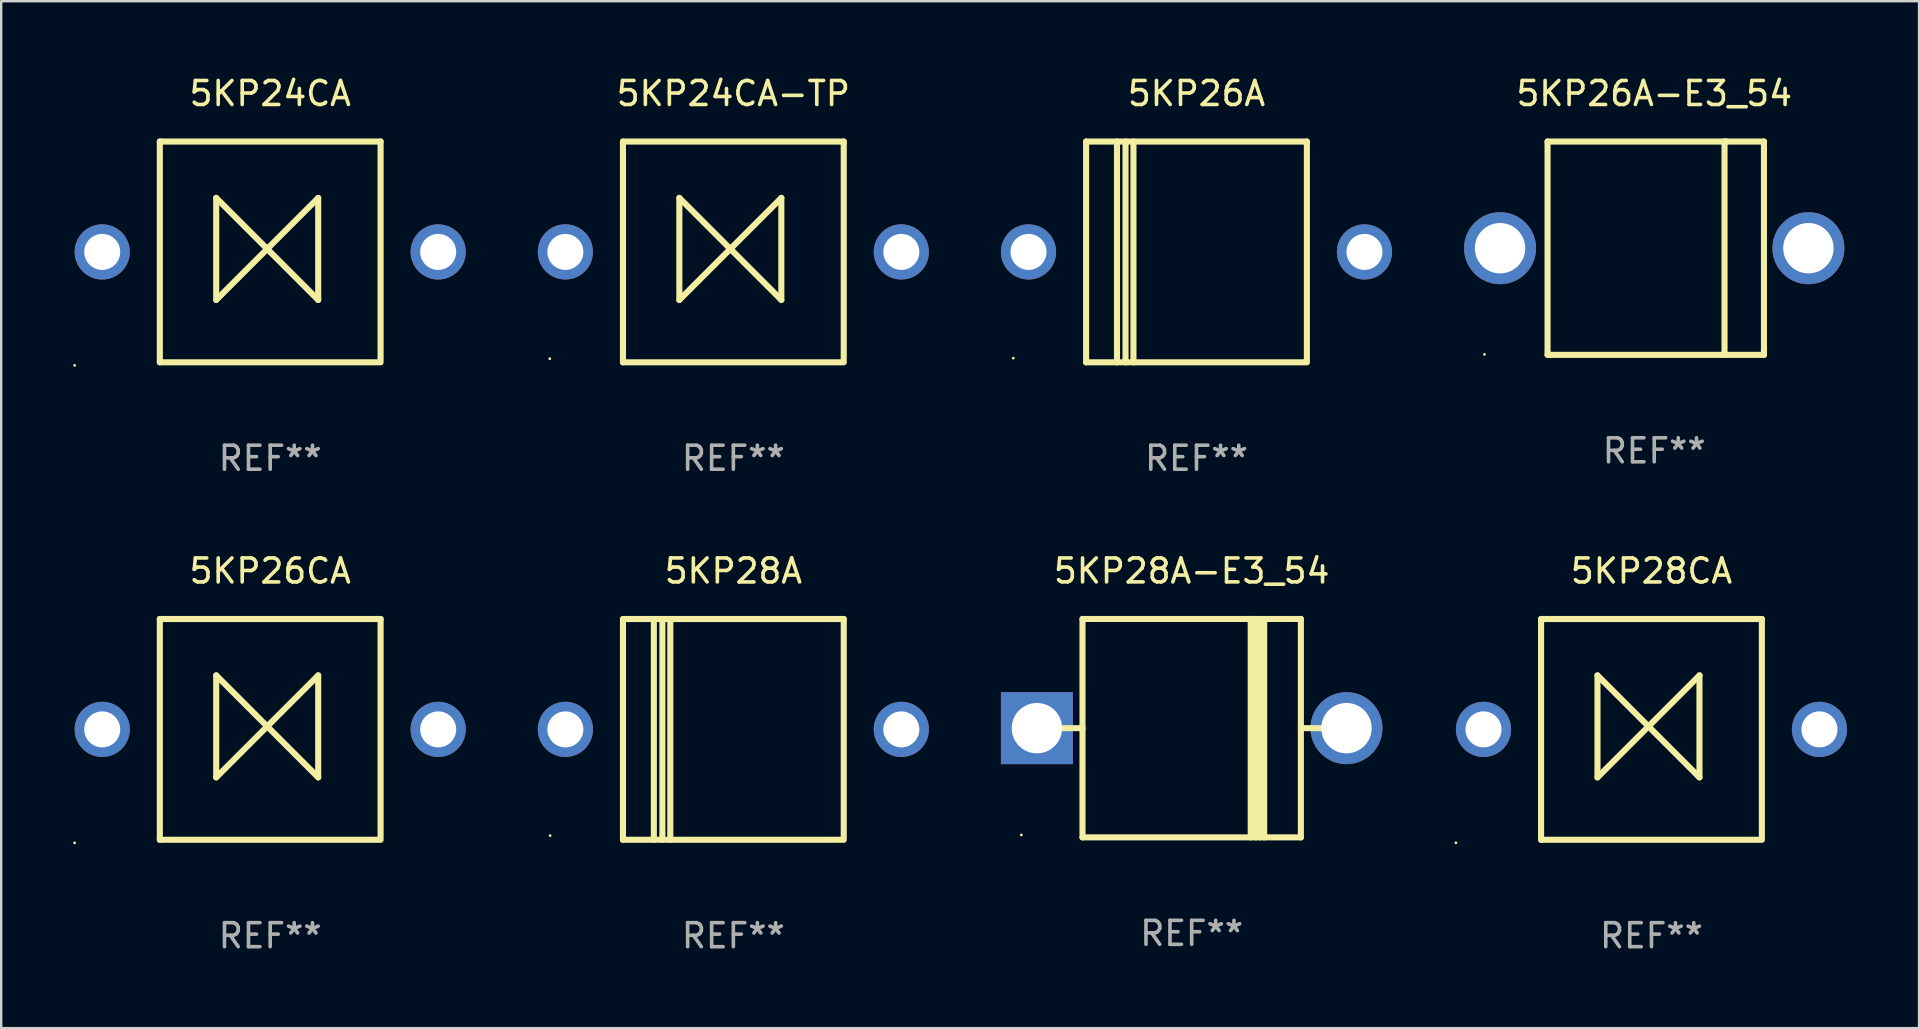
<source format=kicad_pcb>
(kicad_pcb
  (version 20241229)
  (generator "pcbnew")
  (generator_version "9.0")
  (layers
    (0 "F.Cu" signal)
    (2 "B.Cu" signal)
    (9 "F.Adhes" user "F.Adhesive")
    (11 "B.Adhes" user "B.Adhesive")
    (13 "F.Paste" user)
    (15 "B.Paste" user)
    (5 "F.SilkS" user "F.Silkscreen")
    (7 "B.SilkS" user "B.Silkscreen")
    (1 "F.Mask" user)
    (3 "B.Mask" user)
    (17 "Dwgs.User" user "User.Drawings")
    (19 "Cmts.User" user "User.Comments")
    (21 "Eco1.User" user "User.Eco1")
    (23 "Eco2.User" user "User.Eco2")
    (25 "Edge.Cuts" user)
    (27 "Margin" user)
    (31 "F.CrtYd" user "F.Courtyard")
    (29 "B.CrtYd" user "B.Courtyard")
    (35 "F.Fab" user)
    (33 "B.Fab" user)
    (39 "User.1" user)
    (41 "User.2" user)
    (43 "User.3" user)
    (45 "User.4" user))
  (footprint "5KP28A"
    (layer "F.Cu")
    (at 27.51 27.345)
    (property "Reference" "5KP28A" (at 0 -6.6 0) (layer "F.SilkS") (effects (font (size 1 1) (thickness 0.15))))
    (attr through_hole)
    (fp_line (start -4.6 -4.6) (end -4.6 4.6) (stroke (width 0.254) (type solid)) (layer "F.SilkS"))
    (fp_line (start -4.6 -4.6) (end 4.6 -4.6) (stroke (width 0.254) (type solid)) (layer "F.SilkS"))
    (fp_line (start -4.6 4.6) (end 4.6 4.6) (stroke (width 0.254) (type solid)) (layer "F.SilkS"))
    (fp_line (start -3.313 -4.6) (end -3.313 4.6) (stroke (width 0.254) (type solid)) (layer "F.SilkS"))
    (fp_line (start -2.957 -4.6) (end -2.957 4.6) (stroke (width 0.254) (type solid)) (layer "F.SilkS"))
    (fp_line (start -2.627 -4.6) (end -2.627 4.6) (stroke (width 0.254) (type solid)) (layer "F.SilkS"))
    (fp_line (start 4.6 -4.6) (end 4.6 4.5) (stroke (width 0.254) (type solid)) (layer "F.SilkS"))
    (fp_circle (center -7.635 4.425) (end -7.605 4.425) (stroke (width 0.06) (type solid)) (fill no) (layer "F.SilkS"))
    (fp_text user "REF**" (at 0 8.6 0) (layer "F.Fab") (effects (font (size 1 1) (thickness 0.15))))
    (pad "1" thru_hole circle (at -7 0) (size 2.3 2.3) (drill 1.5) (layers "*.Cu" "*.Mask"))
    (pad "2" thru_hole circle (at 7 0) (size 2.3 2.3) (drill 1.5) (layers "*.Cu" "*.Mask")))
  (footprint "5KP26A"
    (layer "F.Cu")
    (at 46.81 7.448)
    (property "Reference" "5KP26A" (at 0 -6.6 0) (layer "F.SilkS") (effects (font (size 1 1) (thickness 0.15))))
    (attr through_hole)
    (fp_line (start -4.6 -4.6) (end -4.6 4.6) (stroke (width 0.254) (type solid)) (layer "F.SilkS"))
    (fp_line (start -4.6 -4.6) (end 4.6 -4.6) (stroke (width 0.254) (type solid)) (layer "F.SilkS"))
    (fp_line (start -4.6 4.6) (end 4.6 4.6) (stroke (width 0.254) (type solid)) (layer "F.SilkS"))
    (fp_line (start -3.313 -4.6) (end -3.313 4.6) (stroke (width 0.254) (type solid)) (layer "F.SilkS"))
    (fp_line (start -2.957 -4.6) (end -2.957 4.6) (stroke (width 0.254) (type solid)) (layer "F.SilkS"))
    (fp_line (start -2.627 -4.6) (end -2.627 4.6) (stroke (width 0.254) (type solid)) (layer "F.SilkS"))
    (fp_line (start 4.6 -4.6) (end 4.6 4.5) (stroke (width 0.254) (type solid)) (layer "F.SilkS"))
    (fp_circle (center -7.635 4.425) (end -7.605 4.425) (stroke (width 0.06) (type solid)) (fill no) (layer "F.SilkS"))
    (fp_text user "REF**" (at 0 8.6 0) (layer "F.Fab") (effects (font (size 1 1) (thickness 0.15))))
    (pad "1" thru_hole circle (at -7 0) (size 2.3 2.3) (drill 1.5) (layers "*.Cu" "*.Mask"))
    (pad "2" thru_hole circle (at 7 0) (size 2.3 2.3) (drill 1.5) (layers "*.Cu" "*.Mask")))
  (footprint "5KP28CA"
    (layer "F.Cu")
    (at 65.77 27.345)
    (property "Reference" "5KP28CA" (at 0 -6.6 0) (layer "F.SilkS") (effects (font (size 1 1) (thickness 0.15))))
    (attr through_hole)
    (fp_line (start -4.6 -4.6) (end -4.6 4.6) (stroke (width 0.254) (type solid)) (layer "F.SilkS"))
    (fp_line (start -4.6 -4.6) (end 4.6 -4.6) (stroke (width 0.254) (type solid)) (layer "F.SilkS"))
    (fp_line (start -4.6 4.6) (end 4.6 4.6) (stroke (width 0.254) (type solid)) (layer "F.SilkS"))
    (fp_line (start -2.25 -2.25) (end -2.25 2) (stroke (width 0.254) (type solid)) (layer "F.SilkS"))
    (fp_line (start -2.25 2) (end 2 -2.25) (stroke (width 0.254) (type solid)) (layer "F.SilkS"))
    (fp_line (start 2 -2.25) (end 2 2) (stroke (width 0.254) (type solid)) (layer "F.SilkS"))
    (fp_line (start 2 2) (end -2.25 -2.25) (stroke (width 0.254) (type solid)) (layer "F.SilkS"))
    (fp_line (start 4.6 -4.6) (end 4.6 4.5) (stroke (width 0.254) (type solid)) (layer "F.SilkS"))
    (fp_circle (center -8.15 4.727) (end -8.12 4.727) (stroke (width 0.06) (type solid)) (fill no) (layer "F.SilkS"))
    (fp_text user "REF**" (at 0 8.6 0) (layer "F.Fab") (effects (font (size 1 1) (thickness 0.15))))
    (pad "1" thru_hole circle (at -7 0) (size 2.3 2.3) (drill 1.5) (layers "*.Cu" "*.Mask"))
    (pad "2" thru_hole circle (at 7 0) (size 2.3 2.3) (drill 1.5) (layers "*.Cu" "*.Mask")))
  (footprint "5KP28A-E3_54"
    (layer "F.Cu")
    (at 46.61 27.295)
    (property "Reference" "5KP28A-E3_54" (at 0 -6.551 0) (layer "F.SilkS") (effects (font (size 1 1) (thickness 0.15))))
    (attr through_hole)
    (fp_line (start -5.6 -0.001) (end -4.55 -0.001) (stroke (width 0.254) (type solid)) (layer "F.SilkS"))
    (fp_line (start -4.55 -4.551) (end -4.55 4.55) (stroke (width 0.254) (type solid)) (layer "F.SilkS"))
    (fp_line (start -4.55 -4.551) (end 4.55 -4.551) (stroke (width 0.254) (type solid)) (layer "F.SilkS"))
    (fp_line (start 2.46 4.55) (end 2.46 -4.551) (stroke (width 0.254) (type solid)) (layer "F.SilkS"))
    (fp_line (start 2.67 4.55) (end 2.67 -4.551) (stroke (width 0.254) (type solid)) (layer "F.SilkS"))
    (fp_line (start 2.841 4.551) (end 2.841 -4.55) (stroke (width 0.254) (type solid)) (layer "F.SilkS"))
    (fp_line (start 3.02 4.55) (end 3.02 -4.551) (stroke (width 0.254) (type solid)) (layer "F.SilkS"))
    (fp_line (start 4.55 4.55) (end 4.55 -4.551) (stroke (width 0.254) (type solid)) (layer "F.SilkS"))
    (fp_line (start 4.55 4.549) (end -4.55 4.549) (stroke (width 0.254) (type solid)) (layer "F.SilkS"))
    (fp_line (start 4.58 -0.001) (end 5.6 -0.001) (stroke (width 0.254) (type solid)) (layer "F.SilkS"))
    (fp_circle (center -7.1 4.449) (end -7.07 4.449) (stroke (width 0.06) (type solid)) (fill no) (layer "F.SilkS"))
    (fp_text user "REF**" (at 0 8.551 0) (layer "F.Fab") (effects (font (size 1 1) (thickness 0.15))))
    (pad "1" thru_hole rect (at -6.45 -0.001 180) (size 3 3) (drill 2.1) (layers "*.Cu" "*.Mask"))
    (pad "2" thru_hole circle (at 6.45 -0.001) (size 3 3) (drill 2.1) (layers "*.Cu" "*.Mask")))
  (footprint "5KP24CA"
    (layer "F.Cu")
    (at 8.21 7.448)
    (property "Reference" "5KP24CA" (at 0 -6.6 0) (layer "F.SilkS") (effects (font (size 1 1) (thickness 0.15))))
    (attr through_hole)
    (fp_line (start -4.6 -4.6) (end -4.6 4.6) (stroke (width 0.254) (type solid)) (layer "F.SilkS"))
    (fp_line (start -4.6 -4.6) (end 4.6 -4.6) (stroke (width 0.254) (type solid)) (layer "F.SilkS"))
    (fp_line (start -4.6 4.6) (end 4.6 4.6) (stroke (width 0.254) (type solid)) (layer "F.SilkS"))
    (fp_line (start -2.25 -2.25) (end -2.25 2) (stroke (width 0.254) (type solid)) (layer "F.SilkS"))
    (fp_line (start -2.25 2) (end 2 -2.25) (stroke (width 0.254) (type solid)) (layer "F.SilkS"))
    (fp_line (start 2 -2.25) (end 2 2) (stroke (width 0.254) (type solid)) (layer "F.SilkS"))
    (fp_line (start 2 2) (end -2.25 -2.25) (stroke (width 0.254) (type solid)) (layer "F.SilkS"))
    (fp_line (start 4.6 -4.6) (end 4.6 4.5) (stroke (width 0.254) (type solid)) (layer "F.SilkS"))
    (fp_circle (center -8.15 4.727) (end -8.12 4.727) (stroke (width 0.06) (type solid)) (fill no) (layer "F.SilkS"))
    (fp_text user "REF**" (at 0 8.6 0) (layer "F.Fab") (effects (font (size 1 1) (thickness 0.15))))
    (pad "1" thru_hole circle (at -7 0) (size 2.3 2.3) (drill 1.5) (layers "*.Cu" "*.Mask"))
    (pad "2" thru_hole circle (at 7 0) (size 2.3 2.3) (drill 1.5) (layers "*.Cu" "*.Mask")))
  (footprint "5KP24CA-TP"
    (layer "F.Cu")
    (at 27.51 7.448)
    (property "Reference" "5KP24CA-TP" (at 0 -6.6 0) (layer "F.SilkS") (effects (font (size 1 1) (thickness 0.15))))
    (attr through_hole)
    (fp_line (start -4.6 -4.6) (end -4.6 4.6) (stroke (width 0.254) (type solid)) (layer "F.SilkS"))
    (fp_line (start -4.6 -4.6) (end 4.6 -4.6) (stroke (width 0.254) (type solid)) (layer "F.SilkS"))
    (fp_line (start -4.6 4.6) (end 4.6 4.6) (stroke (width 0.254) (type solid)) (layer "F.SilkS"))
    (fp_line (start -2.25 -2.25) (end -2.25 2) (stroke (width 0.254) (type solid)) (layer "F.SilkS"))
    (fp_line (start -2.25 2) (end 2 -2.25) (stroke (width 0.254) (type solid)) (layer "F.SilkS"))
    (fp_line (start 2 -2.25) (end 2 2) (stroke (width 0.254) (type solid)) (layer "F.SilkS"))
    (fp_line (start 2 2) (end -2.25 -2.25) (stroke (width 0.254) (type solid)) (layer "F.SilkS"))
    (fp_line (start 4.6 -4.6) (end 4.6 4.5) (stroke (width 0.254) (type solid)) (layer "F.SilkS"))
    (fp_circle (center -7.65 4.45) (end -7.62 4.45) (stroke (width 0.06) (type solid)) (fill no) (layer "F.SilkS"))
    (fp_text user "REF**" (at 0 8.6 0) (layer "F.Fab") (effects (font (size 1 1) (thickness 0.15))))
    (pad "1" thru_hole circle (at -7 0) (size 2.3 2.3) (drill 1.5) (layers "*.Cu" "*.Mask"))
    (pad "2" thru_hole circle (at 7 0) (size 2.3 2.3) (drill 1.5) (layers "*.Cu" "*.Mask")))
  (footprint "5KP26A-E3_54"
    (layer "F.Cu")
    (at 65.885 7.293)
    (property "Reference" "5KP26A-E3_54" (at 0 -6.445 0) (layer "F.SilkS") (effects (font (size 1 1) (thickness 0.15))))
    (attr through_hole)
    (fp_line (start -4.445 -4.445) (end -4.445 4.445) (stroke (width 0.254) (type solid)) (layer "F.SilkS"))
    (fp_line (start -4.445 4.445) (end 4.572 4.445) (stroke (width 0.254) (type solid)) (layer "F.SilkS"))
    (fp_line (start 2.929 -4.445) (end 2.929 4.445) (stroke (width 0.254) (type solid)) (layer "F.SilkS"))
    (fp_line (start 3.029 -4.445) (end 2.929 -4.445) (stroke (width 0.254) (type solid)) (layer "F.SilkS"))
    (fp_line (start 4.572 -4.445) (end -4.445 -4.445) (stroke (width 0.254) (type solid)) (layer "F.SilkS"))
    (fp_line (start 4.572 4.445) (end 4.572 -4.445) (stroke (width 0.254) (type solid)) (layer "F.SilkS"))
    (fp_circle (center -7.075 4.425) (end -7.045 4.425) (stroke (width 0.06) (type solid)) (fill no) (layer "F.SilkS"))
    (fp_text user "REF**" (at 0 8.445 0) (layer "F.Fab") (effects (font (size 1 1) (thickness 0.15))))
    (pad "1" thru_hole circle (at -6.425 0) (size 3 3) (drill 2.1) (layers "*.Cu" "*.Mask"))
    (pad "2" thru_hole circle (at 6.425 0) (size 3 3) (drill 2.1) (layers "*.Cu" "*.Mask")))
  (footprint "5KP26CA"
    (layer "F.Cu")
    (at 8.21 27.345)
    (property "Reference" "5KP26CA" (at 0 -6.6 0) (layer "F.SilkS") (effects (font (size 1 1) (thickness 0.15))))
    (attr through_hole)
    (fp_line (start -4.6 -4.6) (end -4.6 4.6) (stroke (width 0.254) (type solid)) (layer "F.SilkS"))
    (fp_line (start -4.6 -4.6) (end 4.6 -4.6) (stroke (width 0.254) (type solid)) (layer "F.SilkS"))
    (fp_line (start -4.6 4.6) (end 4.6 4.6) (stroke (width 0.254) (type solid)) (layer "F.SilkS"))
    (fp_line (start -2.25 -2.25) (end -2.25 2) (stroke (width 0.254) (type solid)) (layer "F.SilkS"))
    (fp_line (start -2.25 2) (end 2 -2.25) (stroke (width 0.254) (type solid)) (layer "F.SilkS"))
    (fp_line (start 2 -2.25) (end 2 2) (stroke (width 0.254) (type solid)) (layer "F.SilkS"))
    (fp_line (start 2 2) (end -2.25 -2.25) (stroke (width 0.254) (type solid)) (layer "F.SilkS"))
    (fp_line (start 4.6 -4.6) (end 4.6 4.5) (stroke (width 0.254) (type solid)) (layer "F.SilkS"))
    (fp_circle (center -8.15 4.727) (end -8.12 4.727) (stroke (width 0.06) (type solid)) (fill no) (layer "F.SilkS"))
    (fp_text user "REF**" (at 0 8.6 0) (layer "F.Fab") (effects (font (size 1 1) (thickness 0.15))))
    (pad "1" thru_hole circle (at -7 0) (size 2.3 2.3) (drill 1.5) (layers "*.Cu" "*.Mask"))
    (pad "2" thru_hole circle (at 7 0) (size 2.3 2.3) (drill 1.5) (layers "*.Cu" "*.Mask")))
  (gr_rect
    (start -3 -3)
    (end 76.92 39.793)
    (stroke (width 0.1) (type default))
    (fill no)
    (layer "Edge.Cuts")))
</source>
